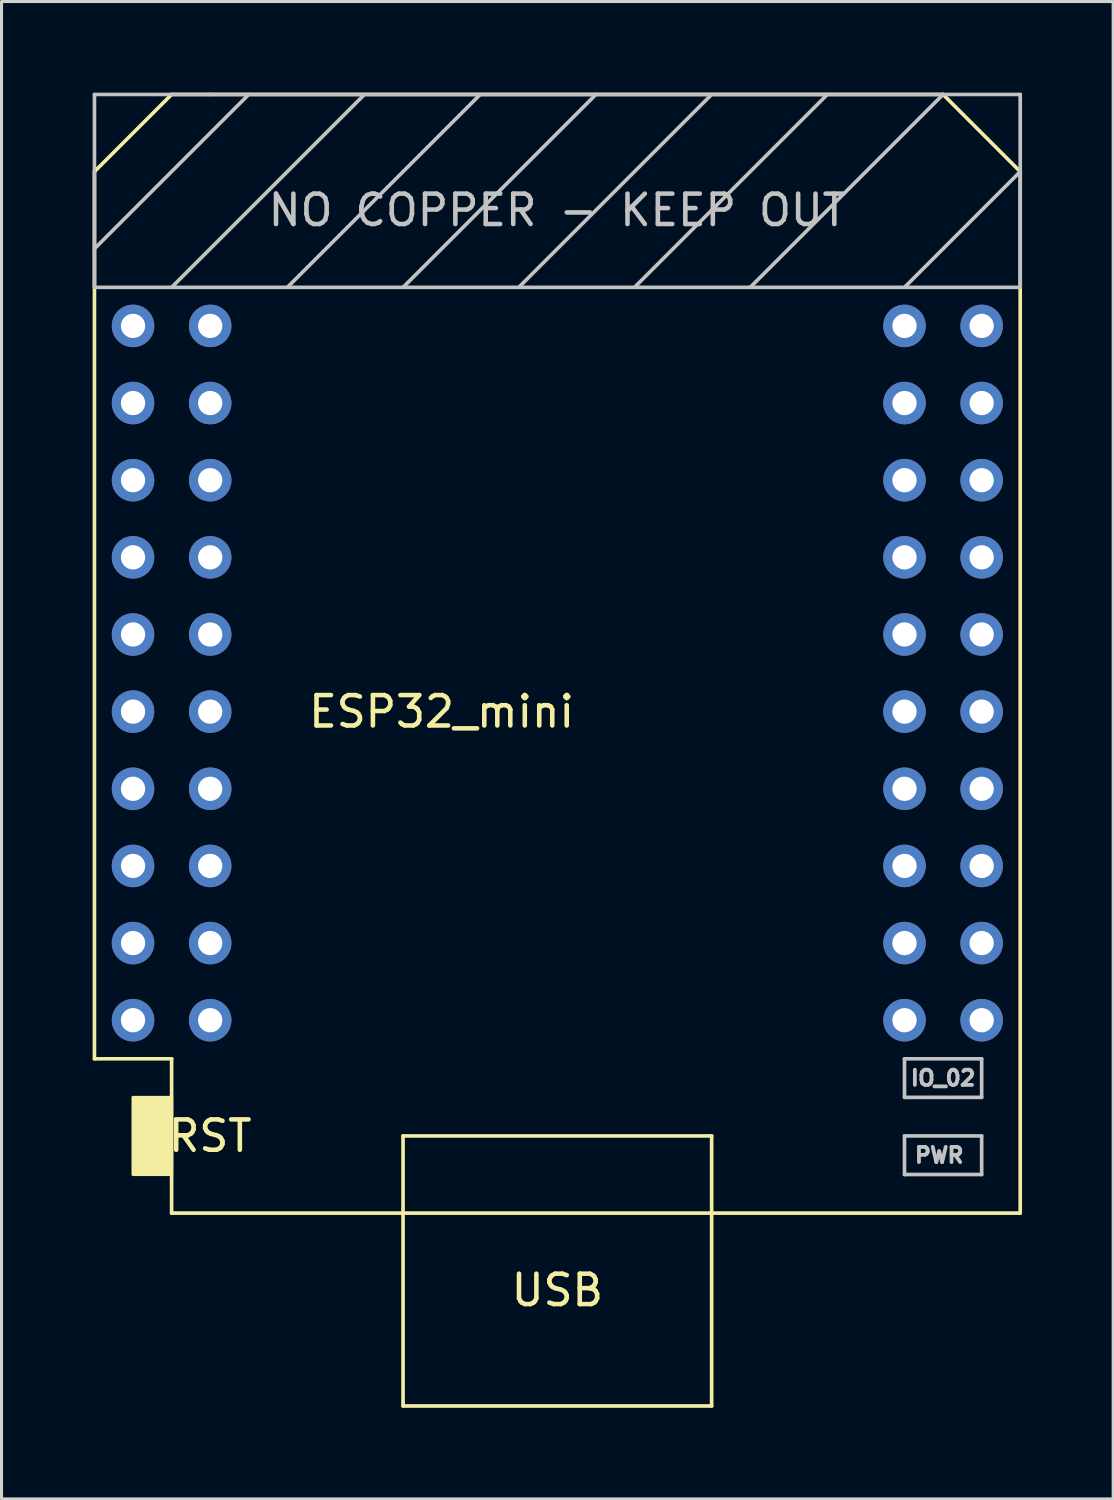
<source format=kicad_pcb>
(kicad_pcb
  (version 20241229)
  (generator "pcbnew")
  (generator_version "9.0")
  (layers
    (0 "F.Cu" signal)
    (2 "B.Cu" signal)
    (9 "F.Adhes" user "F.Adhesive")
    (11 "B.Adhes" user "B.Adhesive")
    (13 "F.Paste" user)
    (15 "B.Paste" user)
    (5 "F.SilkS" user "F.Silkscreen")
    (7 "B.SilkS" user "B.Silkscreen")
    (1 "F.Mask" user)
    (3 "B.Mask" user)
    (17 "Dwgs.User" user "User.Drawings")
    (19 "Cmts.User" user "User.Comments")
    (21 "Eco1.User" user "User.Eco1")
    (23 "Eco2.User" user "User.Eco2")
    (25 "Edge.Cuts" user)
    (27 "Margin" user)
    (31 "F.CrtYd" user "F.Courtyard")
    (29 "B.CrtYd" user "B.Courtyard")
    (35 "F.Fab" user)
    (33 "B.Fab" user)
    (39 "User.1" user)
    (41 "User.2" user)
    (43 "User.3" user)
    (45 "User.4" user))
  (footprint "ESP32_mini"
    (layer "F.Cu")
    (at 15.3 19.11)
    (property "Reference" "ESP32_mini" (at -3.81 1.27 0) (layer "F.SilkS") (effects (font (size 1 1) (thickness 0.15))))
    (attr through_hole)
    (fp_line (start -15.24 -16.51) (end -15.24 12.7) (stroke (width 0.12) (type solid)) (layer "F.SilkS"))
    (fp_line (start -15.24 12.7) (end -12.7 12.7) (stroke (width 0.12) (type solid)) (layer "F.SilkS"))
    (fp_line (start -12.7 -19.05) (end -15.24 -16.51) (stroke (width 0.12) (type solid)) (layer "F.SilkS"))
    (fp_line (start -12.7 -19.05) (end -11.43 -19.05) (stroke (width 0.12) (type solid)) (layer "F.SilkS"))
    (fp_line (start -12.7 12.7) (end -12.7 17.78) (stroke (width 0.12) (type solid)) (layer "F.SilkS"))
    (fp_line (start -12.7 17.78) (end 15.24 17.78) (stroke (width 0.12) (type solid)) (layer "F.SilkS"))
    (fp_line (start -5.08 15.24) (end 5.08 15.24) (stroke (width 0.12) (type solid)) (layer "F.SilkS"))
    (fp_line (start -5.08 17.78) (end -5.08 15.24) (stroke (width 0.12) (type solid)) (layer "F.SilkS"))
    (fp_line (start -5.08 17.78) (end -5.08 24.13) (stroke (width 0.12) (type solid)) (layer "F.SilkS"))
    (fp_line (start -5.08 24.13) (end 5.08 24.13) (stroke (width 0.12) (type solid)) (layer "F.SilkS"))
    (fp_line (start 5.08 15.24) (end 5.08 17.78) (stroke (width 0.12) (type solid)) (layer "F.SilkS"))
    (fp_line (start 5.08 24.13) (end 5.08 17.78) (stroke (width 0.12) (type solid)) (layer "F.SilkS"))
    (fp_line (start 12.7 -19.05) (end -11.43 -19.05) (stroke (width 0.12) (type solid)) (layer "F.SilkS"))
    (fp_line (start 12.7 -19.05) (end 15.24 -16.51) (stroke (width 0.12) (type solid)) (layer "F.SilkS"))
    (fp_line (start 15.24 -16.51) (end 15.24 17.78) (stroke (width 0.12) (type solid)) (layer "F.SilkS"))
    (fp_poly (pts (xy -13.97 16.51) (xy -13.97 13.97) (xy -12.7 13.97) (xy -12.7 16.51)) (stroke (width 0.1) (type solid)) (fill yes) (layer "F.SilkS"))
    (fp_line (start -15.24 -19.05) (end -15.24 -12.7) (stroke (width 0.12) (type solid)) (layer "Dwgs.User"))
    (fp_line (start -15.24 -12.7) (end 15.24 -12.7) (stroke (width 0.12) (type solid)) (layer "Dwgs.User"))
    (fp_line (start -10.16 -19.05) (end -15.24 -13.97) (stroke (width 0.12) (type solid)) (layer "Dwgs.User"))
    (fp_line (start -6.35 -19.05) (end -12.7 -12.7) (stroke (width 0.12) (type solid)) (layer "Dwgs.User"))
    (fp_line (start -2.54 -19.05) (end -8.89 -12.7) (stroke (width 0.12) (type solid)) (layer "Dwgs.User"))
    (fp_line (start 1.27 -19.05) (end -5.08 -12.7) (stroke (width 0.12) (type solid)) (layer "Dwgs.User"))
    (fp_line (start 5.08 -19.05) (end -1.27 -12.7) (stroke (width 0.12) (type solid)) (layer "Dwgs.User"))
    (fp_line (start 8.89 -19.05) (end 2.54 -12.7) (stroke (width 0.12) (type solid)) (layer "Dwgs.User"))
    (fp_line (start 11.43 12.7) (end 11.43 13.97) (stroke (width 0.12) (type solid)) (layer "Dwgs.User"))
    (fp_line (start 11.43 13.97) (end 13.97 13.97) (stroke (width 0.12) (type solid)) (layer "Dwgs.User"))
    (fp_line (start 11.43 15.24) (end 13.97 15.24) (stroke (width 0.12) (type solid)) (layer "Dwgs.User"))
    (fp_line (start 11.43 16.51) (end 11.43 15.24) (stroke (width 0.12) (type solid)) (layer "Dwgs.User"))
    (fp_line (start 12.7 -19.05) (end 6.35 -12.7) (stroke (width 0.12) (type solid)) (layer "Dwgs.User"))
    (fp_line (start 13.97 12.7) (end 11.43 12.7) (stroke (width 0.12) (type solid)) (layer "Dwgs.User"))
    (fp_line (start 13.97 13.97) (end 13.97 12.7) (stroke (width 0.12) (type solid)) (layer "Dwgs.User"))
    (fp_line (start 13.97 15.24) (end 13.97 16.51) (stroke (width 0.12) (type solid)) (layer "Dwgs.User"))
    (fp_line (start 13.97 16.51) (end 11.43 16.51) (stroke (width 0.12) (type solid)) (layer "Dwgs.User"))
    (fp_line (start 15.24 -19.05) (end -15.24 -19.05) (stroke (width 0.12) (type solid)) (layer "Dwgs.User"))
    (fp_line (start 15.24 -16.51) (end 11.43 -12.7) (stroke (width 0.12) (type solid)) (layer "Dwgs.User"))
    (fp_line (start 15.24 -12.7) (end 15.24 -19.05) (stroke (width 0.12) (type solid)) (layer "Dwgs.User"))
    (fp_text user "RST" (at -11.43 15.24 0) (layer "F.SilkS") (effects (font (size 1 1) (thickness 0.15))))
    (fp_text user "USB" (at 0 20.32 0) (layer "F.SilkS") (effects (font (size 1 1) (thickness 0.15))))
    (fp_text user "NO COPPER - KEEP OUT" (at 0 -15.24 0) (layer "Dwgs.User") (effects (font (size 1 1) (thickness 0.15))))
    (fp_text user "IO_02" (at 12.7 13.335 0) (layer "Dwgs.User") (effects (font (size 0.5 0.5) (thickness 0.125))))
    (fp_text user "PWR" (at 12.573 15.875 0) (layer "Dwgs.User") (effects (font (size 0.5 0.5) (thickness 0.125))))
    (pad "1" thru_hole circle (at -13.97 -11.43 270) (size 1.4 1.4) (drill 0.8) (layers "*.Cu" "*.Mask"))
    (pad "2" thru_hole circle (at -11.43 -11.43 270) (size 1.4 1.4) (drill 0.8) (layers "*.Cu" "*.Mask"))
    (pad "3" thru_hole circle (at -13.97 -8.89 270) (size 1.4 1.4) (drill 0.8) (layers "*.Cu" "*.Mask"))
    (pad "4" thru_hole circle (at -11.43 -8.89 270) (size 1.4 1.4) (drill 0.8) (layers "*.Cu" "*.Mask"))
    (pad "5" thru_hole circle (at -13.97 -6.35 270) (size 1.4 1.4) (drill 0.8) (layers "*.Cu" "*.Mask"))
    (pad "6" thru_hole circle (at -11.43 -6.35 270) (size 1.4 1.4) (drill 0.8) (layers "*.Cu" "*.Mask"))
    (pad "7" thru_hole circle (at -13.97 -3.81 270) (size 1.4 1.4) (drill 0.8) (layers "*.Cu" "*.Mask"))
    (pad "8" thru_hole circle (at -11.43 -3.81 270) (size 1.4 1.4) (drill 0.8) (layers "*.Cu" "*.Mask"))
    (pad "9" thru_hole circle (at -13.97 -1.27 270) (size 1.4 1.4) (drill 0.8) (layers "*.Cu" "*.Mask"))
    (pad "10" thru_hole circle (at -11.43 -1.27 270) (size 1.4 1.4) (drill 0.8) (layers "*.Cu" "*.Mask"))
    (pad "11" thru_hole circle (at -13.97 1.27 270) (size 1.4 1.4) (drill 0.8) (layers "*.Cu" "*.Mask"))
    (pad "12" thru_hole circle (at -11.43 1.27 270) (size 1.4 1.4) (drill 0.8) (layers "*.Cu" "*.Mask"))
    (pad "13" thru_hole circle (at -13.97 3.81 270) (size 1.4 1.4) (drill 0.8) (layers "*.Cu" "*.Mask"))
    (pad "14" thru_hole circle (at -11.43 3.81 270) (size 1.4 1.4) (drill 0.8) (layers "*.Cu" "*.Mask"))
    (pad "15" thru_hole circle (at -13.97 6.35 270) (size 1.4 1.4) (drill 0.8) (layers "*.Cu" "*.Mask"))
    (pad "16" thru_hole circle (at -11.43 6.35 270) (size 1.4 1.4) (drill 0.8) (layers "*.Cu" "*.Mask"))
    (pad "17" thru_hole circle (at -13.97 8.89 270) (size 1.4 1.4) (drill 0.8) (layers "*.Cu" "*.Mask"))
    (pad "18" thru_hole circle (at -11.43 8.89 270) (size 1.4 1.4) (drill 0.8) (layers "*.Cu" "*.Mask"))
    (pad "19" thru_hole circle (at -13.97 11.43 270) (size 1.4 1.4) (drill 0.8) (layers "*.Cu" "*.Mask"))
    (pad "20" thru_hole circle (at -11.43 11.43 270) (size 1.4 1.4) (drill 0.8) (layers "*.Cu" "*.Mask"))
    (pad "21" thru_hole circle (at 11.43 -11.43 270) (size 1.4 1.4) (drill 0.8) (layers "*.Cu" "*.Mask"))
    (pad "22" thru_hole circle (at 13.97 -11.43 270) (size 1.4 1.4) (drill 0.8) (layers "*.Cu" "*.Mask"))
    (pad "23" thru_hole circle (at 11.43 -8.89 270) (size 1.4 1.4) (drill 0.8) (layers "*.Cu" "*.Mask"))
    (pad "24" thru_hole circle (at 13.97 -8.89 270) (size 1.4 1.4) (drill 0.8) (layers "*.Cu" "*.Mask"))
    (pad "25" thru_hole circle (at 11.43 -6.35 270) (size 1.4 1.4) (drill 0.8) (layers "*.Cu" "*.Mask"))
    (pad "26" thru_hole circle (at 13.97 -6.35 270) (size 1.4 1.4) (drill 0.8) (layers "*.Cu" "*.Mask"))
    (pad "27" thru_hole circle (at 11.43 -3.81 270) (size 1.4 1.4) (drill 0.8) (layers "*.Cu" "*.Mask"))
    (pad "28" thru_hole circle (at 13.97 -3.81 270) (size 1.4 1.4) (drill 0.8) (layers "*.Cu" "*.Mask"))
    (pad "29" thru_hole circle (at 11.43 -1.27 270) (size 1.4 1.4) (drill 0.8) (layers "*.Cu" "*.Mask"))
    (pad "30" thru_hole circle (at 13.97 -1.27 270) (size 1.4 1.4) (drill 0.8) (layers "*.Cu" "*.Mask"))
    (pad "31" thru_hole circle (at 11.43 1.27 270) (size 1.4 1.4) (drill 0.8) (layers "*.Cu" "*.Mask"))
    (pad "32" thru_hole circle (at 13.97 1.27 270) (size 1.4 1.4) (drill 0.8) (layers "*.Cu" "*.Mask"))
    (pad "33" thru_hole circle (at 11.43 3.81 270) (size 1.4 1.4) (drill 0.8) (layers "*.Cu" "*.Mask"))
    (pad "34" thru_hole circle (at 13.97 3.81 270) (size 1.4 1.4) (drill 0.8) (layers "*.Cu" "*.Mask"))
    (pad "35" thru_hole circle (at 11.43 6.35 270) (size 1.4 1.4) (drill 0.8) (layers "*.Cu" "*.Mask"))
    (pad "36" thru_hole circle (at 13.97 6.35 270) (size 1.4 1.4) (drill 0.8) (layers "*.Cu" "*.Mask"))
    (pad "37" thru_hole circle (at 11.43 8.89 270) (size 1.4 1.4) (drill 0.8) (layers "*.Cu" "*.Mask"))
    (pad "38" thru_hole circle (at 13.97 8.89 270) (size 1.4 1.4) (drill 0.8) (layers "*.Cu" "*.Mask"))
    (pad "39" thru_hole circle (at 11.43 11.43 270) (size 1.4 1.4) (drill 0.8) (layers "*.Cu" "*.Mask"))
    (pad "40" thru_hole circle (at 13.97 11.43 270) (size 1.4 1.4) (drill 0.8) (layers "*.Cu" "*.Mask")))
  (gr_rect
    (start -3 -3)
    (end 33.6 46.3)
    (stroke (width 0.1) (type default))
    (fill no)
    (layer "Edge.Cuts")))
</source>
